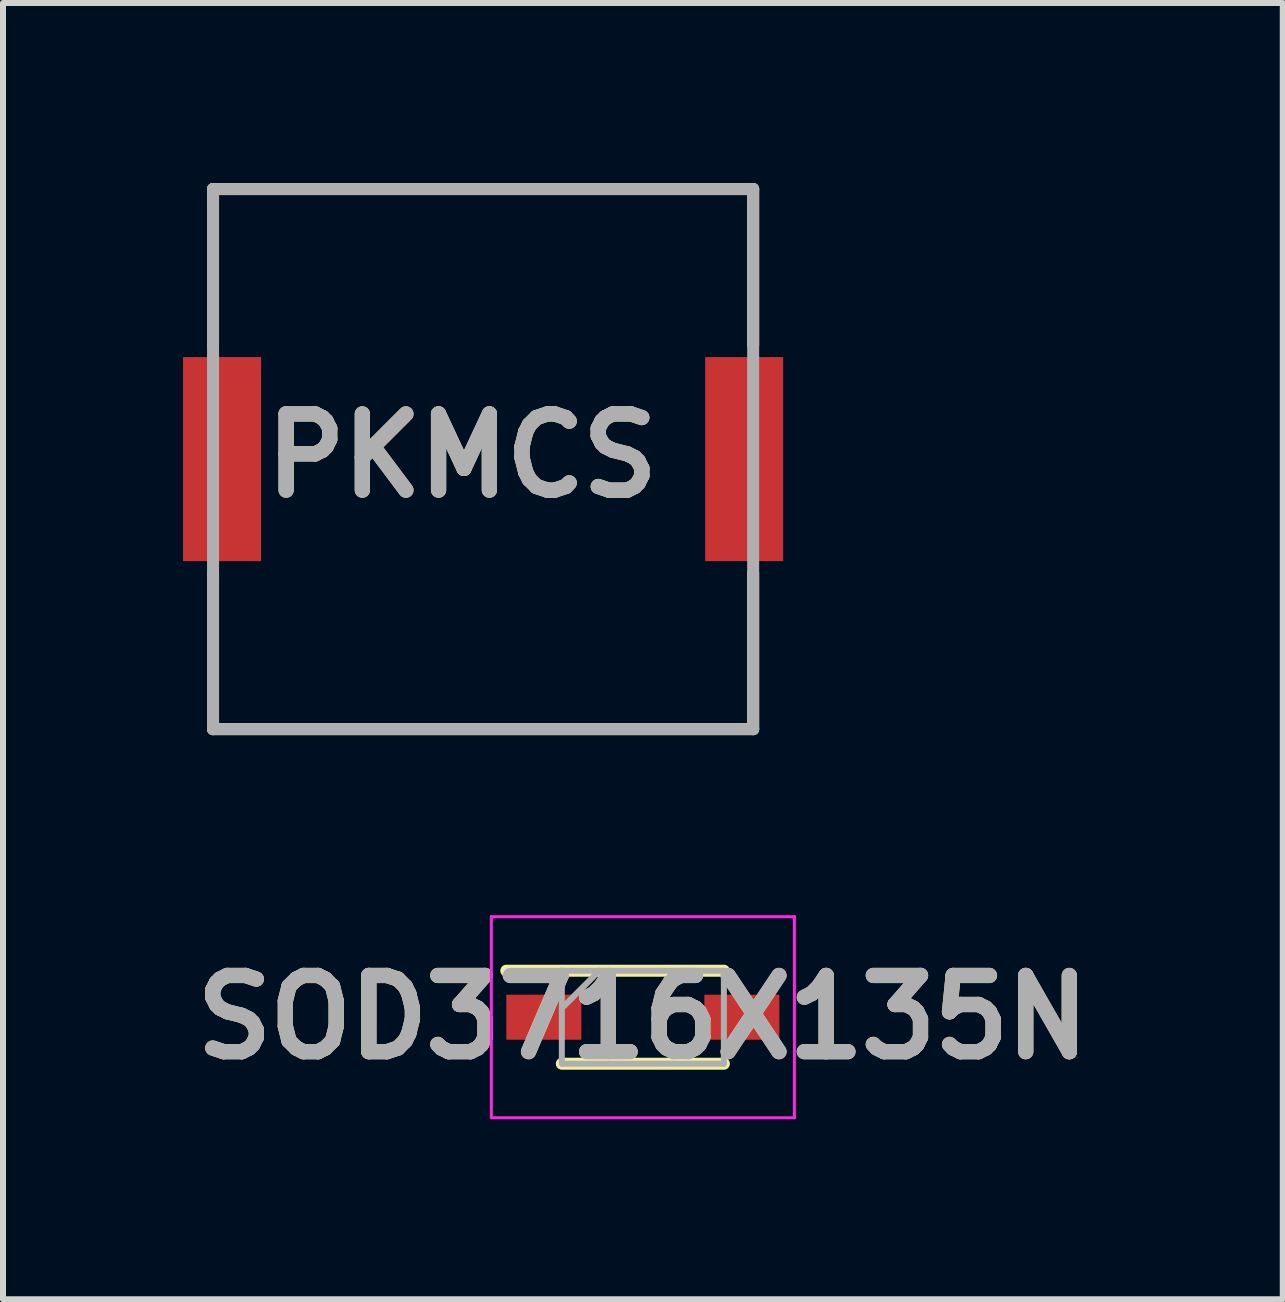
<source format=kicad_pcb>
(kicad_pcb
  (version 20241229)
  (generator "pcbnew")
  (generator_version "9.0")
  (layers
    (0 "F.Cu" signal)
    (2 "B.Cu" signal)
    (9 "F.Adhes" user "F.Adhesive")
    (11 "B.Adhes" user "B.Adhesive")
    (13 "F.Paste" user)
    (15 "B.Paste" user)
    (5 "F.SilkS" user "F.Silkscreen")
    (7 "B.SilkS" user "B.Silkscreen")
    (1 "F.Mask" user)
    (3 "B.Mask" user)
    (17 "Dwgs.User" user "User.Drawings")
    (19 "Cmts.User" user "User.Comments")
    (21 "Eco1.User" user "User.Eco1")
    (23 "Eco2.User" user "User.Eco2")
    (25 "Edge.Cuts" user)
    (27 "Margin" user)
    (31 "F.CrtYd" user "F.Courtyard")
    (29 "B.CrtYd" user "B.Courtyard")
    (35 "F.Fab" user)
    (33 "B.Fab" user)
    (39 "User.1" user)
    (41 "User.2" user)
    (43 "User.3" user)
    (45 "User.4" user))
  (footprint "PKMCS"
    (layer "F.Cu")
    (at 5 4.6)
    (property "Reference" "PKMCS" (at -0.349 -0.057 0) (layer "F.SilkS") (effects (font (size 1.27 1.27) (thickness 0.254))))
    (attr smd)
    (fp_line (start -4.5 -4.5) (end -4.5 -1.9) (stroke (width 0.2) (type solid)) (layer "F.SilkS"))
    (fp_line (start -4.5 -4.5) (end 4.5 -4.5) (stroke (width 0.2) (type solid)) (layer "F.SilkS"))
    (fp_line (start -4.5 4.5) (end -4.5 1.9) (stroke (width 0.2) (type solid)) (layer "F.SilkS"))
    (fp_line (start 4.5 -4.5) (end 4.5 -1.9) (stroke (width 0.2) (type solid)) (layer "F.SilkS"))
    (fp_line (start 4.5 4.5) (end -4.5 4.5) (stroke (width 0.2) (type solid)) (layer "F.SilkS"))
    (fp_line (start 4.5 4.5) (end 4.5 1.9) (stroke (width 0.2) (type solid)) (layer "F.SilkS"))
    (fp_line (start -4.5 -4.5) (end 4.5 -4.5) (stroke (width 0.2) (type solid)) (layer "F.Fab"))
    (fp_line (start -4.5 4.5) (end -4.5 -4.5) (stroke (width 0.2) (type solid)) (layer "F.Fab"))
    (fp_line (start 4.5 -4.5) (end 4.5 4.5) (stroke (width 0.2) (type solid)) (layer "F.Fab"))
    (fp_line (start 4.5 4.5) (end -4.5 4.5) (stroke (width 0.2) (type solid)) (layer "F.Fab"))
    (fp_text user "${REFERENCE}" (at -0.349 -0.057 0) (layer "F.Fab") (effects (font (size 1.27 1.27) (thickness 0.254))))
    (pad "1" smd rect (at -4.35 0) (size 1.3 3.4) (layers "F.Cu" "F.Mask" "F.Paste"))
    (pad "2" smd rect (at 4.35 0) (size 1.3 3.4) (layers "F.Cu" "F.Mask" "F.Paste")))
  (footprint "SOD3716X135N"
    (layer "F.Cu")
    (at 7.662 13.9)
    (property "Reference" "SOD3716X135N" (at 0 0 0) (layer "F.SilkS") (effects (font (size 1.27 1.27) (thickness 0.254))))
    (attr smd)
    (fp_line (start -2.275 -0.775) (end 1.35 -0.775) (stroke (width 0.2) (type solid)) (layer "F.SilkS"))
    (fp_line (start -1.35 0.775) (end 1.35 0.775) (stroke (width 0.2) (type solid)) (layer "F.SilkS"))
    (fp_line (start -2.525 -1.675) (end 2.525 -1.675) (stroke (width 0.05) (type solid)) (layer "F.CrtYd"))
    (fp_line (start -2.525 1.675) (end -2.525 -1.675) (stroke (width 0.05) (type solid)) (layer "F.CrtYd"))
    (fp_line (start 2.525 -1.675) (end 2.525 1.675) (stroke (width 0.05) (type solid)) (layer "F.CrtYd"))
    (fp_line (start 2.525 1.675) (end -2.525 1.675) (stroke (width 0.05) (type solid)) (layer "F.CrtYd"))
    (fp_line (start -1.35 -0.775) (end 1.35 -0.775) (stroke (width 0.1) (type solid)) (layer "F.Fab"))
    (fp_line (start -1.35 -0.15) (end -0.725 -0.775) (stroke (width 0.1) (type solid)) (layer "F.Fab"))
    (fp_line (start -1.35 0.775) (end -1.35 -0.775) (stroke (width 0.1) (type solid)) (layer "F.Fab"))
    (fp_line (start 1.35 -0.775) (end 1.35 0.775) (stroke (width 0.1) (type solid)) (layer "F.Fab"))
    (fp_line (start 1.35 0.775) (end -1.35 0.775) (stroke (width 0.1) (type solid)) (layer "F.Fab"))
    (fp_text user "${REFERENCE}" (at 0 0 0) (layer "F.Fab") (effects (font (size 1.27 1.27) (thickness 0.254))))
    (pad "1" smd rect (at -1.65 0 90) (size 0.75 1.25) (layers "F.Cu" "F.Mask" "F.Paste"))
    (pad "2" smd rect (at 1.65 0 90) (size 0.75 1.25) (layers "F.Cu" "F.Mask" "F.Paste")))
  (gr_rect
    (start -3 -3)
    (end 18.325 18.6)
    (stroke (width 0.1) (type default))
    (fill no)
    (layer "Edge.Cuts")))
</source>
